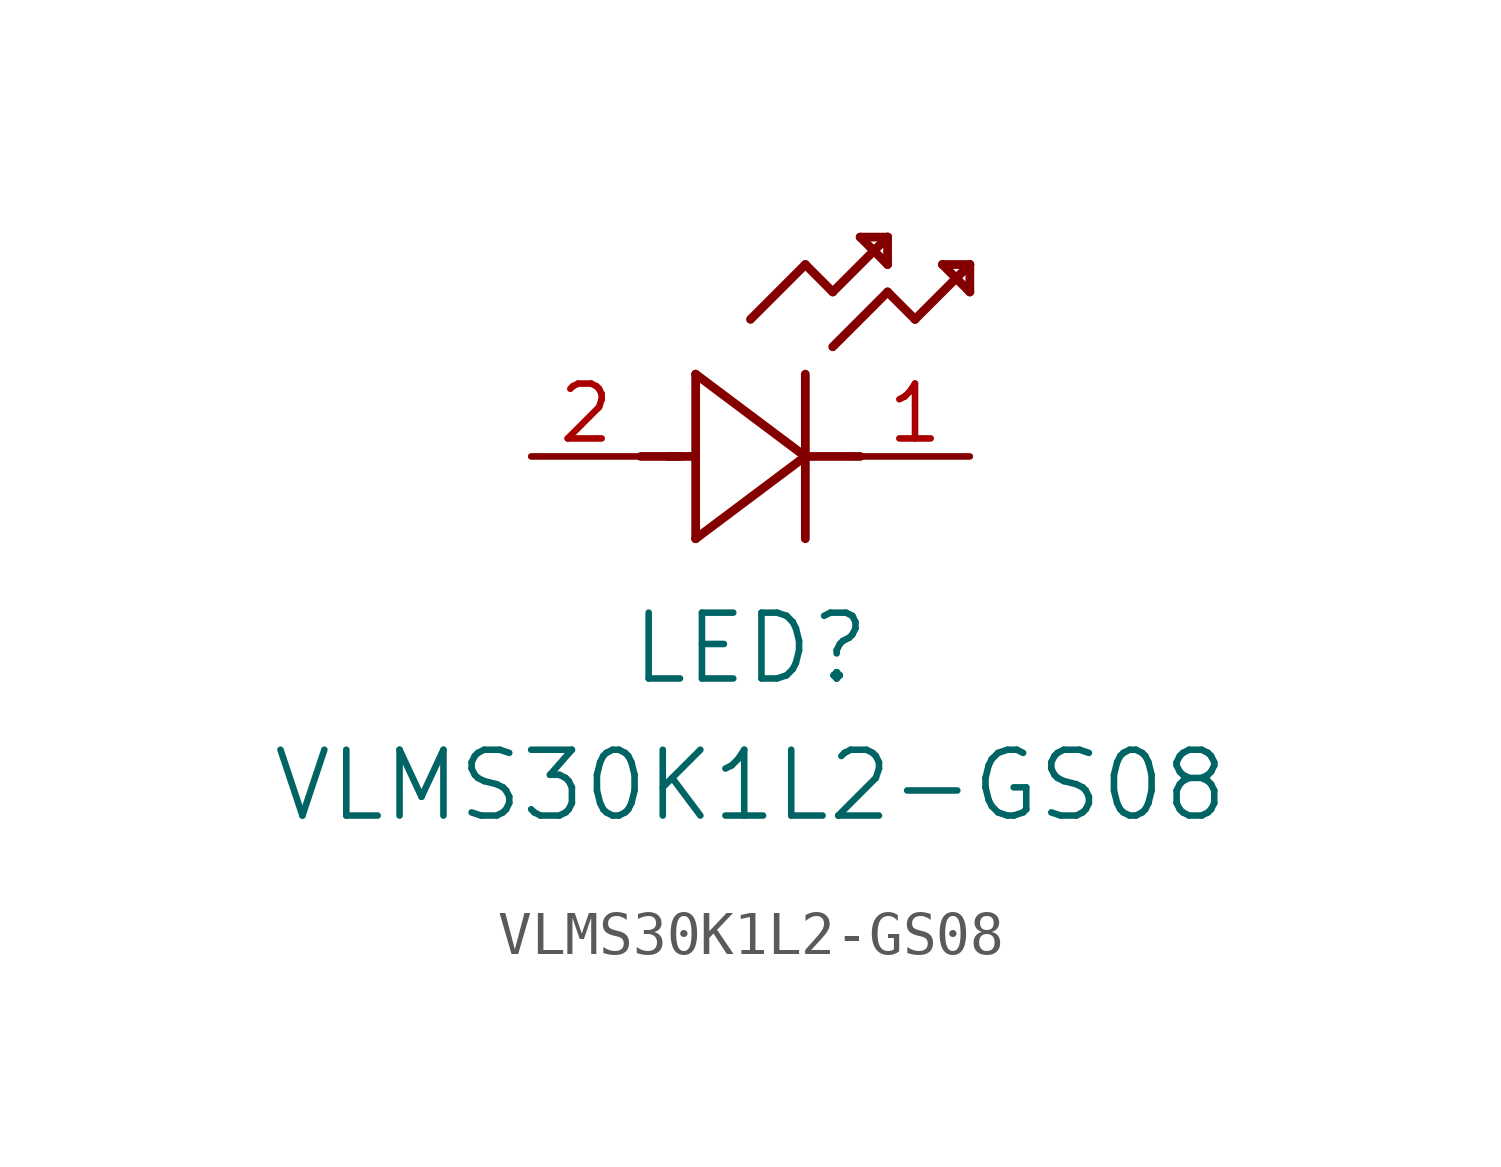
<source format=kicad_sym>
(kicad_symbol_lib
  (version 20211014)
  (generator kicad_symbol_editor)
  (symbol "VLMS30K1L2-GS08"
    (pin_names
      (offset 0.254))
    (property "Reference" "LED"
      (at 5.08 -4.445 0)
      (effects (font (size 1.524 1.524))))
    (property "Value" "VLMS30K1L2-GS08"
      (at 5.08 -7.62 0)
      (effects (font (size 1.524 1.524))))
    (symbol "VLMS30K1L2-GS08_0_1"
      (polyline (pts (xy 2.54 0) (xy 3.48 0)) (stroke (width 0.203) (type default) (color 0 0 0 0)) (fill (type none)))
      (polyline (pts (xy 3.81 1.905) (xy 3.81 -1.905)) (stroke (width 0.203) (type default) (color 0 0 0 0)) (fill (type none)))
      (polyline (pts (xy 3.175 0) (xy 3.81 0)) (stroke (width 0.203) (type default) (color 0 0 0 0)) (fill (type none)))
      (polyline (pts (xy 6.35 -1.905) (xy 6.35 1.905)) (stroke (width 0.203) (type default) (color 0 0 0 0)) (fill (type none)))
      (polyline (pts (xy 6.35 0) (xy 7.62 0)) (stroke (width 0.203) (type default) (color 0 0 0 0)) (fill (type none)))
      (polyline (pts (xy 6.35 4.445) (xy 6.985 3.81)) (stroke (width 0.203) (type default) (color 0 0 0 0)) (fill (type none)))
      (polyline (pts (xy 6.985 3.81) (xy 8.255 5.08)) (stroke (width 0.203) (type default) (color 0 0 0 0)) (fill (type none)))
      (polyline (pts (xy 8.255 3.81) (xy 8.89 3.175)) (stroke (width 0.203) (type default) (color 0 0 0 0)) (fill (type none)))
      (polyline (pts (xy 8.89 3.175) (xy 10.16 4.445)) (stroke (width 0.203) (type default) (color 0 0 0 0)) (fill (type none)))
      (polyline (pts (xy 8.255 5.08) (xy 7.62 5.08)) (stroke (width 0.203) (type default) (color 0 0 0 0)) (fill (type none)))
      (polyline (pts (xy 7.62 5.08) (xy 8.255 4.445)) (stroke (width 0.203) (type default) (color 0 0 0 0)) (fill (type none)))
      (polyline (pts (xy 8.255 4.445) (xy 8.255 5.08)) (stroke (width 0.203) (type default) (color 0 0 0 0)) (fill (type none)))
      (polyline (pts (xy 10.16 4.445) (xy 9.525 4.445)) (stroke (width 0.203) (type default) (color 0 0 0 0)) (fill (type none)))
      (polyline (pts (xy 9.525 4.445) (xy 10.16 3.81)) (stroke (width 0.203) (type default) (color 0 0 0 0)) (fill (type none)))
      (polyline (pts (xy 10.16 3.81) (xy 10.16 4.445)) (stroke (width 0.203) (type default) (color 0 0 0 0)) (fill (type none)))
      (polyline (pts (xy 6.985 2.54) (xy 8.255 3.81)) (stroke (width 0.203) (type default) (color 0 0 0 0)) (fill (type none)))
      (polyline (pts (xy 6.35 0) (xy 3.81 1.905)) (stroke (width 0.203) (type default) (color 0 0 0 0)) (fill (type none)))
      (polyline (pts (xy 3.81 -1.905) (xy 6.35 0)) (stroke (width 0.203) (type default) (color 0 0 0 0)) (fill (type none)))
      (polyline (pts (xy 5.08 3.175) (xy 6.35 4.445)) (stroke (width 0.203) (type default) (color 0 0 0 0)) (fill (type none)))
      (pin unspecified line (at 10.16 0 180) (length 2.54) (name "" (effects (font (size 1.27 1.27)))) (number "1" (effects (font (size 1.27 1.27)))))
      (pin unspecified line (at 0 0 0) (length 2.54) (name "" (effects (font (size 1.27 1.27)))) (number "2" (effects (font (size 1.27 1.27))))))))
</source>
